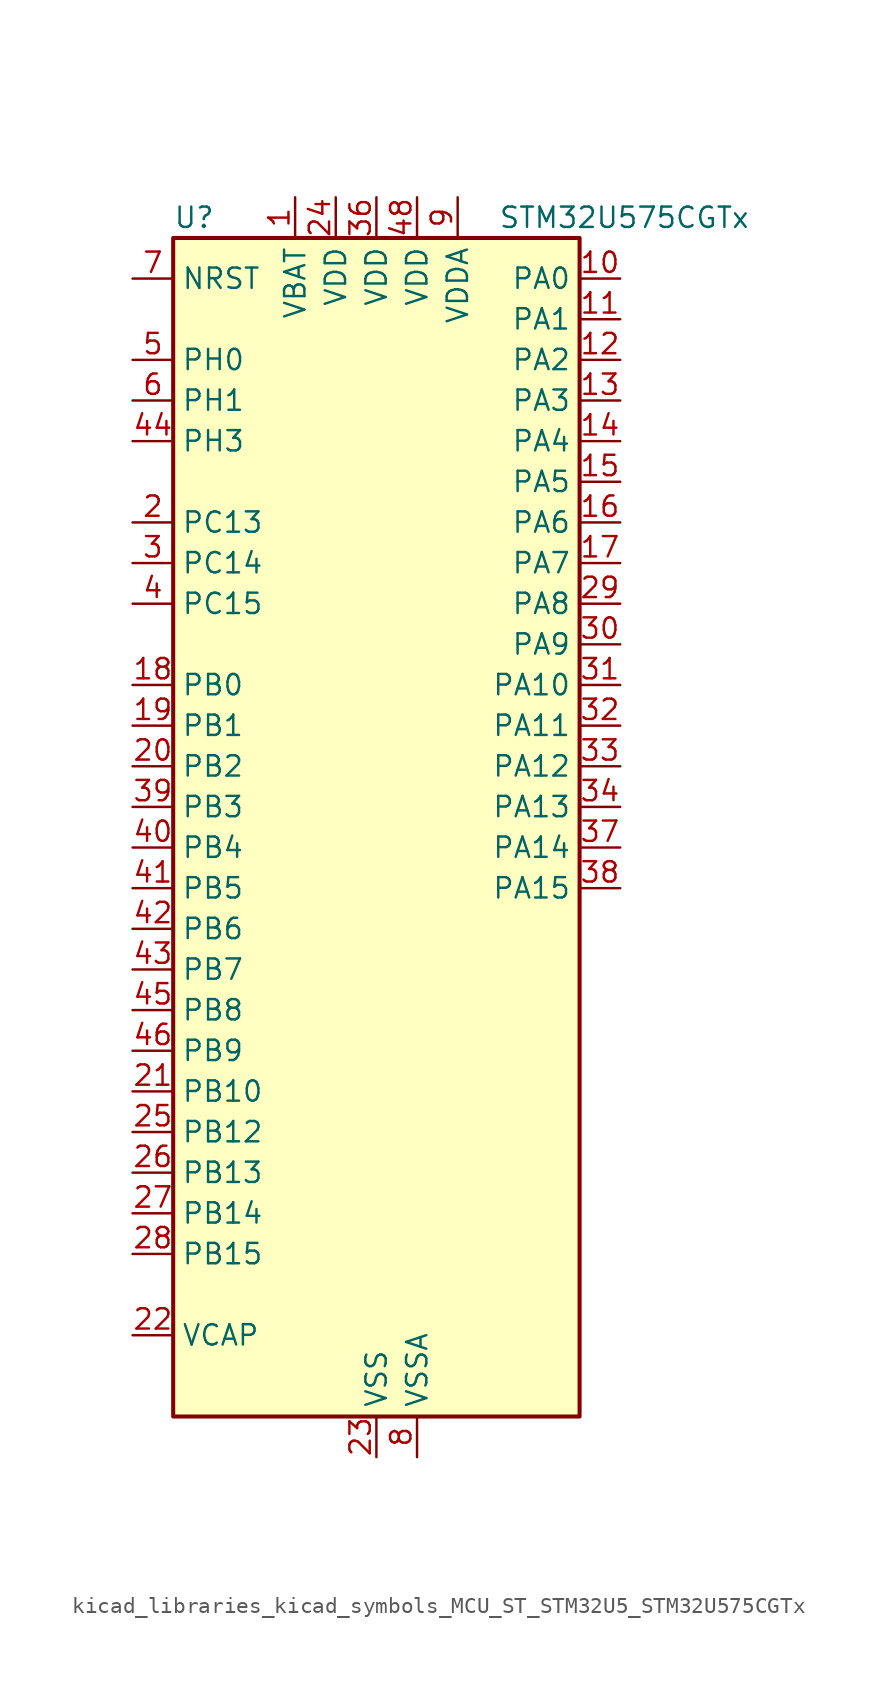
<source format=kicad_sym>
(kicad_symbol_lib
  (version 20220914)
  (generator kicad_symbol_editor)
  (symbol "kicad_libraries_kicad_symbols_MCU_ST_STM32U5_STM32U575CGTx"
    (property "Reference" "U"
      (at -12.7 39.37 0)
      (effects (font (size 1.27 1.27)) (justify left)))
    (property "Value" "STM32U575CGTx"
      (at 7.62 39.37 0)
      (effects (font (size 1.27 1.27)) (justify left)))
    (property "ki_locked" ""
      (at 0 0 0)
      (effects (font (size 1.27 1.27))))
    (symbol "kicad_libraries_kicad_symbols_MCU_ST_STM32U5_STM32U575CGTx_0_1"
      (rectangle (start -12.7 -35.56) (end 12.7 38.1) (stroke (width 0.254) (type default)) (fill (type background))))
    (symbol "kicad_libraries_kicad_symbols_MCU_ST_STM32U5_STM32U575CGTx_1_1"
      (pin power_in line (at -5.08 40.64 270) (length 2.54) (name "VBAT" (effects (font (size 1.27 1.27)))) (number "1" (effects (font (size 1.27 1.27)))))
      (pin bidirectional line (at 15.24 35.56 180) (length 2.54) (name "PA0" (effects (font (size 1.27 1.27)))) (number "10" (effects (font (size 1.27 1.27)))) (alternate "ADC1_IN5" bidirectional line) (alternate "AUDIOCLK" bidirectional line) (alternate "OCTOSPIM_P2_NCS" bidirectional line) (alternate "OPAMP1_VINP" bidirectional line) (alternate "PWR_WKUP1" bidirectional line) (alternate "SPI3_RDY" bidirectional line) (alternate "TAMP_IN2" bidirectional line) (alternate "TAMP_OUT1" bidirectional line) (alternate "TIM2_CH1" bidirectional line) (alternate "TIM2_ETR" bidirectional line) (alternate "TIM5_CH1" bidirectional line) (alternate "TIM8_ETR" bidirectional line) (alternate "UART4_TX" bidirectional line) (alternate "USART2_CTS" bidirectional line))
      (pin bidirectional line (at 15.24 33.02 180) (length 2.54) (name "PA1" (effects (font (size 1.27 1.27)))) (number "11" (effects (font (size 1.27 1.27)))) (alternate "ADC1_IN6" bidirectional line) (alternate "I2C1_SMBA" bidirectional line) (alternate "LPTIM1_CH2" bidirectional line) (alternate "OCTOSPIM_P1_DQS" bidirectional line) (alternate "OPAMP1_VINM" bidirectional line) (alternate "PWR_WKUP3" bidirectional line) (alternate "SPI1_SCK" bidirectional line) (alternate "TAMP_IN5" bidirectional line) (alternate "TAMP_OUT4" bidirectional line) (alternate "TIM15_CH1N" bidirectional line) (alternate "TIM2_CH2" bidirectional line) (alternate "TIM5_CH2" bidirectional line) (alternate "UART4_RX" bidirectional line) (alternate "USART2_DE" bidirectional line) (alternate "USART2_RTS" bidirectional line))
      (pin bidirectional line (at 15.24 30.48 180) (length 2.54) (name "PA2" (effects (font (size 1.27 1.27)))) (number "12" (effects (font (size 1.27 1.27)))) (alternate "ADC1_IN7" bidirectional line) (alternate "COMP1_INP" bidirectional line) (alternate "LPUART1_TX" bidirectional line) (alternate "OCTOSPIM_P1_NCS" bidirectional line) (alternate "PWR_WKUP4" bidirectional line) (alternate "RCC_LSCO" bidirectional line) (alternate "SPI1_RDY" bidirectional line) (alternate "TIM15_CH1" bidirectional line) (alternate "TIM2_CH3" bidirectional line) (alternate "TIM5_CH3" bidirectional line) (alternate "UCPD1_FRSTX1" bidirectional line) (alternate "USART2_TX" bidirectional line))
      (pin bidirectional line (at 15.24 27.94 180) (length 2.54) (name "PA3" (effects (font (size 1.27 1.27)))) (number "13" (effects (font (size 1.27 1.27)))) (alternate "ADC1_IN8" bidirectional line) (alternate "LPUART1_RX" bidirectional line) (alternate "OCTOSPIM_P1_CLK" bidirectional line) (alternate "OPAMP1_VOUT" bidirectional line) (alternate "PWR_WKUP5" bidirectional line) (alternate "SAI1_CK1" bidirectional line) (alternate "SAI1_MCLK_A" bidirectional line) (alternate "TIM15_CH2" bidirectional line) (alternate "TIM2_CH4" bidirectional line) (alternate "TIM5_CH4" bidirectional line) (alternate "USART2_RX" bidirectional line))
      (pin bidirectional line (at 15.24 25.4 180) (length 2.54) (name "PA4" (effects (font (size 1.27 1.27)))) (number "14" (effects (font (size 1.27 1.27)))) (alternate "ADC1_IN9" bidirectional line) (alternate "ADC4_IN9" bidirectional line) (alternate "DAC1_OUT1" bidirectional line) (alternate "LPTIM2_CH1" bidirectional line) (alternate "OCTOSPIM_P1_NCS" bidirectional line) (alternate "PWR_WKUP2" bidirectional line) (alternate "SAI1_FS_B" bidirectional line) (alternate "SPI1_NSS" bidirectional line) (alternate "SPI3_NSS" bidirectional line) (alternate "USART2_CK" bidirectional line))
      (pin bidirectional line (at 15.24 22.86 180) (length 2.54) (name "PA5" (effects (font (size 1.27 1.27)))) (number "15" (effects (font (size 1.27 1.27)))) (alternate "ADC1_IN10" bidirectional line) (alternate "ADC4_IN10" bidirectional line) (alternate "DAC1_OUT2" bidirectional line) (alternate "LPTIM2_ETR" bidirectional line) (alternate "PWR_CSLEEP" bidirectional line) (alternate "PWR_WKUP6" bidirectional line) (alternate "SPI1_SCK" bidirectional line) (alternate "TIM2_CH1" bidirectional line) (alternate "TIM2_ETR" bidirectional line) (alternate "TIM8_CH1N" bidirectional line) (alternate "USART3_RX" bidirectional line))
      (pin bidirectional line (at 15.24 20.32 180) (length 2.54) (name "PA6" (effects (font (size 1.27 1.27)))) (number "16" (effects (font (size 1.27 1.27)))) (alternate "ADC1_IN11" bidirectional line) (alternate "ADC4_IN11" bidirectional line) (alternate "LPUART1_CTS" bidirectional line) (alternate "OCTOSPIM_P1_IO3" bidirectional line) (alternate "OPAMP2_VINP" bidirectional line) (alternate "PWR_CDSTOP" bidirectional line) (alternate "PWR_WKUP7" bidirectional line) (alternate "SPI1_MISO" bidirectional line) (alternate "TIM16_CH1" bidirectional line) (alternate "TIM1_BKIN" bidirectional line) (alternate "TIM3_CH1" bidirectional line) (alternate "TIM8_BKIN" bidirectional line) (alternate "USART3_CTS" bidirectional line))
      (pin bidirectional line (at 15.24 17.78 180) (length 2.54) (name "PA7" (effects (font (size 1.27 1.27)))) (number "17" (effects (font (size 1.27 1.27)))) (alternate "ADC1_IN12" bidirectional line) (alternate "ADC4_IN20" bidirectional line) (alternate "I2C3_SCL" bidirectional line) (alternate "LPTIM2_CH2" bidirectional line) (alternate "OCTOSPIM_P1_IO2" bidirectional line) (alternate "OPAMP2_VINM" bidirectional line) (alternate "PWR_SRDSTOP" bidirectional line) (alternate "PWR_WKUP8" bidirectional line) (alternate "SPI1_MOSI" bidirectional line) (alternate "TIM17_CH1" bidirectional line) (alternate "TIM1_CH1N" bidirectional line) (alternate "TIM3_CH2" bidirectional line) (alternate "TIM8_CH1N" bidirectional line) (alternate "USART3_TX" bidirectional line))
      (pin bidirectional line (at -15.24 10.16 0) (length 2.54) (name "PB0" (effects (font (size 1.27 1.27)))) (number "18" (effects (font (size 1.27 1.27)))) (alternate "ADC1_IN15" bidirectional line) (alternate "ADC4_IN18" bidirectional line) (alternate "AUDIOCLK" bidirectional line) (alternate "COMP1_OUT" bidirectional line) (alternate "LPTIM3_CH1" bidirectional line) (alternate "OCTOSPIM_P1_IO1" bidirectional line) (alternate "OPAMP2_VOUT" bidirectional line) (alternate "SPI1_NSS" bidirectional line) (alternate "TIM1_CH2N" bidirectional line) (alternate "TIM3_CH3" bidirectional line) (alternate "TIM8_CH2N" bidirectional line) (alternate "USART3_CK" bidirectional line))
      (pin bidirectional line (at -15.24 7.62 0) (length 2.54) (name "PB1" (effects (font (size 1.27 1.27)))) (number "19" (effects (font (size 1.27 1.27)))) (alternate "ADC1_IN16" bidirectional line) (alternate "ADC4_IN19" bidirectional line) (alternate "COMP1_INM" bidirectional line) (alternate "LPTIM2_IN1" bidirectional line) (alternate "LPTIM3_CH2" bidirectional line) (alternate "LPUART1_DE" bidirectional line) (alternate "LPUART1_RTS" bidirectional line) (alternate "MDF1_SDI0" bidirectional line) (alternate "OCTOSPIM_P1_IO0" bidirectional line) (alternate "PWR_WKUP4" bidirectional line) (alternate "TIM1_CH3N" bidirectional line) (alternate "TIM3_CH4" bidirectional line) (alternate "TIM8_CH3N" bidirectional line) (alternate "USART3_DE" bidirectional line) (alternate "USART3_RTS" bidirectional line))
      (pin bidirectional line (at -15.24 20.32 0) (length 2.54) (name "PC13" (effects (font (size 1.27 1.27)))) (number "2" (effects (font (size 1.27 1.27)))) (alternate "PWR_WKUP2" bidirectional line) (alternate "RTC_OUT1" bidirectional line) (alternate "RTC_TS" bidirectional line) (alternate "TAMP_IN1" bidirectional line) (alternate "TAMP_OUT2" bidirectional line))
      (pin bidirectional line (at -15.24 5.08 0) (length 2.54) (name "PB2" (effects (font (size 1.27 1.27)))) (number "20" (effects (font (size 1.27 1.27)))) (alternate "ADC1_IN17" bidirectional line) (alternate "COMP1_INP" bidirectional line) (alternate "I2C3_SMBA" bidirectional line) (alternate "LPTIM1_CH1" bidirectional line) (alternate "MDF1_CKI0" bidirectional line) (alternate "OCTOSPIM_P1_DQS" bidirectional line) (alternate "PWR_WKUP1" bidirectional line) (alternate "RTC_OUT2" bidirectional line) (alternate "SPI1_RDY" bidirectional line) (alternate "TIM8_CH4N" bidirectional line) (alternate "UCPD1_FRSTX1" bidirectional line))
      (pin bidirectional line (at -15.24 -15.24 0) (length 2.54) (name "PB10" (effects (font (size 1.27 1.27)))) (number "21" (effects (font (size 1.27 1.27)))) (alternate "COMP1_OUT" bidirectional line) (alternate "I2C2_SCL" bidirectional line) (alternate "I2C4_SCL" bidirectional line) (alternate "LPTIM3_CH1" bidirectional line) (alternate "LPUART1_RX" bidirectional line) (alternate "OCTOSPIM_P1_CLK" bidirectional line) (alternate "PWR_WKUP8" bidirectional line) (alternate "SAI1_SCK_A" bidirectional line) (alternate "SPI2_SCK" bidirectional line) (alternate "TIM2_CH3" bidirectional line) (alternate "TSC_SYNC" bidirectional line) (alternate "USART3_TX" bidirectional line))
      (pin power_out line (at -15.24 -30.48 0) (length 2.54) (name "VCAP" (effects (font (size 1.27 1.27)))) (number "22" (effects (font (size 1.27 1.27)))))
      (pin power_in line (at 0 -38.1 90) (length 2.54) (name "VSS" (effects (font (size 1.27 1.27)))) (number "23" (effects (font (size 1.27 1.27)))))
      (pin power_in line (at -2.54 40.64 270) (length 2.54) (name "VDD" (effects (font (size 1.27 1.27)))) (number "24" (effects (font (size 1.27 1.27)))))
      (pin bidirectional line (at -15.24 -17.78 0) (length 2.54) (name "PB12" (effects (font (size 1.27 1.27)))) (number "25" (effects (font (size 1.27 1.27)))) (alternate "I2C2_SMBA" bidirectional line) (alternate "LPUART1_DE" bidirectional line) (alternate "LPUART1_RTS" bidirectional line) (alternate "MDF1_SDI1" bidirectional line) (alternate "OCTOSPIM_P1_NCLK" bidirectional line) (alternate "SPI2_NSS" bidirectional line) (alternate "TIM15_BKIN" bidirectional line) (alternate "TIM1_BKIN" bidirectional line) (alternate "TSC_G1_IO1" bidirectional line) (alternate "USART3_CK" bidirectional line))
      (pin bidirectional line (at -15.24 -20.32 0) (length 2.54) (name "PB13" (effects (font (size 1.27 1.27)))) (number "26" (effects (font (size 1.27 1.27)))) (alternate "I2C2_SCL" bidirectional line) (alternate "LPTIM3_IN1" bidirectional line) (alternate "LPUART1_CTS" bidirectional line) (alternate "MDF1_CKI1" bidirectional line) (alternate "SPI2_SCK" bidirectional line) (alternate "TIM15_CH1N" bidirectional line) (alternate "TIM1_CH1N" bidirectional line) (alternate "TSC_G1_IO2" bidirectional line) (alternate "USART3_CTS" bidirectional line))
      (pin bidirectional line (at -15.24 -22.86 0) (length 2.54) (name "PB14" (effects (font (size 1.27 1.27)))) (number "27" (effects (font (size 1.27 1.27)))) (alternate "I2C2_SDA" bidirectional line) (alternate "LPTIM3_ETR" bidirectional line) (alternate "MDF1_SDI2" bidirectional line) (alternate "SPI2_MISO" bidirectional line) (alternate "TIM15_CH1" bidirectional line) (alternate "TIM1_CH2N" bidirectional line) (alternate "TIM8_CH2N" bidirectional line) (alternate "TSC_G1_IO3" bidirectional line) (alternate "UCPD1_DBCC2" bidirectional line) (alternate "USART3_DE" bidirectional line) (alternate "USART3_RTS" bidirectional line))
      (pin bidirectional line (at -15.24 -25.4 0) (length 2.54) (name "PB15" (effects (font (size 1.27 1.27)))) (number "28" (effects (font (size 1.27 1.27)))) (alternate "ADC1_EXTI15" bidirectional line) (alternate "ADC4_EXTI15" bidirectional line) (alternate "LPTIM2_IN2" bidirectional line) (alternate "MDF1_CKI2" bidirectional line) (alternate "PWR_WKUP7" bidirectional line) (alternate "RTC_REFIN" bidirectional line) (alternate "SPI2_MOSI" bidirectional line) (alternate "TIM15_CH2" bidirectional line) (alternate "TIM1_CH3N" bidirectional line) (alternate "TIM8_CH3N" bidirectional line) (alternate "UCPD1_CC2" bidirectional line))
      (pin bidirectional line (at 15.24 15.24 180) (length 2.54) (name "PA8" (effects (font (size 1.27 1.27)))) (number "29" (effects (font (size 1.27 1.27)))) (alternate "DEBUG_TRACECLK" bidirectional line) (alternate "LPTIM2_CH1" bidirectional line) (alternate "RCC_MCO" bidirectional line) (alternate "SAI1_CK2" bidirectional line) (alternate "SAI1_SCK_A" bidirectional line) (alternate "SPI1_RDY" bidirectional line) (alternate "TIM1_CH1" bidirectional line) (alternate "USART1_CK" bidirectional line) (alternate "USB_OTG_FS_SOF" bidirectional line))
      (pin bidirectional line (at -15.24 17.78 0) (length 2.54) (name "PC14" (effects (font (size 1.27 1.27)))) (number "3" (effects (font (size 1.27 1.27)))) (alternate "RCC_OSC32_IN" bidirectional line))
      (pin bidirectional line (at 15.24 12.7 180) (length 2.54) (name "PA9" (effects (font (size 1.27 1.27)))) (number "30" (effects (font (size 1.27 1.27)))) (alternate "DAC1_EXTI9" bidirectional line) (alternate "SAI1_FS_A" bidirectional line) (alternate "SPI2_SCK" bidirectional line) (alternate "TIM15_BKIN" bidirectional line) (alternate "TIM1_CH2" bidirectional line) (alternate "USART1_TX" bidirectional line) (alternate "USB_OTG_FS_VBUS" bidirectional line))
      (pin bidirectional line (at 15.24 10.16 180) (length 2.54) (name "PA10" (effects (font (size 1.27 1.27)))) (number "31" (effects (font (size 1.27 1.27)))) (alternate "CRS_SYNC" bidirectional line) (alternate "LPTIM2_IN2" bidirectional line) (alternate "SAI1_D1" bidirectional line) (alternate "SAI1_SD_A" bidirectional line) (alternate "TIM17_BKIN" bidirectional line) (alternate "TIM1_CH3" bidirectional line) (alternate "USART1_RX" bidirectional line) (alternate "USB_OTG_FS_ID" bidirectional line))
      (pin bidirectional line (at 15.24 7.62 180) (length 2.54) (name "PA11" (effects (font (size 1.27 1.27)))) (number "32" (effects (font (size 1.27 1.27)))) (alternate "ADC1_EXTI11" bidirectional line) (alternate "FDCAN1_RX" bidirectional line) (alternate "SPI1_MISO" bidirectional line) (alternate "TIM1_BKIN2" bidirectional line) (alternate "TIM1_CH4" bidirectional line) (alternate "USART1_CTS" bidirectional line) (alternate "USB_OTG_FS_DM" bidirectional line))
      (pin bidirectional line (at 15.24 5.08 180) (length 2.54) (name "PA12" (effects (font (size 1.27 1.27)))) (number "33" (effects (font (size 1.27 1.27)))) (alternate "FDCAN1_TX" bidirectional line) (alternate "OCTOSPIM_P2_NCS" bidirectional line) (alternate "SPI1_MOSI" bidirectional line) (alternate "TIM1_ETR" bidirectional line) (alternate "USART1_DE" bidirectional line) (alternate "USART1_RTS" bidirectional line) (alternate "USB_OTG_FS_DP" bidirectional line))
      (pin bidirectional line (at 15.24 2.54 180) (length 2.54) (name "PA13" (effects (font (size 1.27 1.27)))) (number "34" (effects (font (size 1.27 1.27)))) (alternate "DEBUG_JTMS-SWDIO" bidirectional line) (alternate "IR_OUT" bidirectional line) (alternate "SAI1_SD_B" bidirectional line) (alternate "USB_OTG_FS_NOE" bidirectional line))
      (pin passive line (at 0 -38.1 90) (length 2.54) hide (name "VSS" (effects (font (size 1.27 1.27)))) (number "35" (effects (font (size 1.27 1.27)))))
      (pin power_in line (at 0 40.64 270) (length 2.54) (name "VDD" (effects (font (size 1.27 1.27)))) (number "36" (effects (font (size 1.27 1.27)))))
      (pin bidirectional line (at 15.24 0 180) (length 2.54) (name "PA14" (effects (font (size 1.27 1.27)))) (number "37" (effects (font (size 1.27 1.27)))) (alternate "DEBUG_JTCK-SWCLK" bidirectional line) (alternate "I2C1_SMBA" bidirectional line) (alternate "I2C4_SMBA" bidirectional line) (alternate "LPTIM1_CH1" bidirectional line) (alternate "SAI1_FS_B" bidirectional line) (alternate "USB_OTG_FS_SOF" bidirectional line))
      (pin bidirectional line (at 15.24 -2.54 180) (length 2.54) (name "PA15" (effects (font (size 1.27 1.27)))) (number "38" (effects (font (size 1.27 1.27)))) (alternate "ADC1_EXTI15" bidirectional line) (alternate "ADC4_EXTI15" bidirectional line) (alternate "DEBUG_JTDI" bidirectional line) (alternate "SPI1_NSS" bidirectional line) (alternate "SPI3_NSS" bidirectional line) (alternate "TIM2_CH1" bidirectional line) (alternate "TIM2_ETR" bidirectional line) (alternate "UART4_DE" bidirectional line) (alternate "UART4_RTS" bidirectional line) (alternate "UCPD1_CC1" bidirectional line) (alternate "USART2_RX" bidirectional line) (alternate "USART3_DE" bidirectional line) (alternate "USART3_RTS" bidirectional line))
      (pin bidirectional line (at -15.24 2.54 0) (length 2.54) (name "PB3" (effects (font (size 1.27 1.27)))) (number "39" (effects (font (size 1.27 1.27)))) (alternate "ADF1_CCK0" bidirectional line) (alternate "COMP2_INM" bidirectional line) (alternate "CRS_SYNC" bidirectional line) (alternate "DEBUG_JTDO-SWO" bidirectional line) (alternate "I2C1_SDA" bidirectional line) (alternate "LPTIM1_CH1" bidirectional line) (alternate "SAI1_SCK_B" bidirectional line) (alternate "SPI1_SCK" bidirectional line) (alternate "SPI3_SCK" bidirectional line) (alternate "TIM2_CH2" bidirectional line) (alternate "USART1_DE" bidirectional line) (alternate "USART1_RTS" bidirectional line))
      (pin bidirectional line (at -15.24 15.24 0) (length 2.54) (name "PC15" (effects (font (size 1.27 1.27)))) (number "4" (effects (font (size 1.27 1.27)))) (alternate "ADC1_EXTI15" bidirectional line) (alternate "ADC4_EXTI15" bidirectional line) (alternate "RCC_OSC32_OUT" bidirectional line))
      (pin bidirectional line (at -15.24 0 0) (length 2.54) (name "PB4" (effects (font (size 1.27 1.27)))) (number "40" (effects (font (size 1.27 1.27)))) (alternate "ADF1_SDI0" bidirectional line) (alternate "COMP2_INP" bidirectional line) (alternate "DEBUG_JTRST" bidirectional line) (alternate "I2C3_SDA" bidirectional line) (alternate "LPTIM1_CH2" bidirectional line) (alternate "SAI1_MCLK_B" bidirectional line) (alternate "SPI1_MISO" bidirectional line) (alternate "SPI3_MISO" bidirectional line) (alternate "TIM17_BKIN" bidirectional line) (alternate "TIM3_CH1" bidirectional line) (alternate "TSC_G2_IO1" bidirectional line) (alternate "USART1_CTS" bidirectional line))
      (pin bidirectional line (at -15.24 -2.54 0) (length 2.54) (name "PB5" (effects (font (size 1.27 1.27)))) (number "41" (effects (font (size 1.27 1.27)))) (alternate "COMP2_OUT" bidirectional line) (alternate "I2C1_SMBA" bidirectional line) (alternate "LPTIM1_IN1" bidirectional line) (alternate "OCTOSPIM_P1_NCLK" bidirectional line) (alternate "PWR_WKUP6" bidirectional line) (alternate "SAI1_SD_B" bidirectional line) (alternate "SPI1_MOSI" bidirectional line) (alternate "SPI3_MOSI" bidirectional line) (alternate "TIM16_BKIN" bidirectional line) (alternate "TIM3_CH2" bidirectional line) (alternate "TSC_G2_IO2" bidirectional line) (alternate "UCPD1_DBCC1" bidirectional line) (alternate "USART1_CK" bidirectional line))
      (pin bidirectional line (at -15.24 -5.08 0) (length 2.54) (name "PB6" (effects (font (size 1.27 1.27)))) (number "42" (effects (font (size 1.27 1.27)))) (alternate "COMP2_INP" bidirectional line) (alternate "I2C1_SCL" bidirectional line) (alternate "I2C4_SCL" bidirectional line) (alternate "LPTIM1_ETR" bidirectional line) (alternate "MDF1_SDI5" bidirectional line) (alternate "PWR_WKUP3" bidirectional line) (alternate "SAI1_FS_B" bidirectional line) (alternate "TIM16_CH1N" bidirectional line) (alternate "TIM4_CH1" bidirectional line) (alternate "TIM8_BKIN2" bidirectional line) (alternate "TSC_G2_IO3" bidirectional line) (alternate "USART1_TX" bidirectional line))
      (pin bidirectional line (at -15.24 -7.62 0) (length 2.54) (name "PB7" (effects (font (size 1.27 1.27)))) (number "43" (effects (font (size 1.27 1.27)))) (alternate "COMP2_INM" bidirectional line) (alternate "I2C1_SDA" bidirectional line) (alternate "I2C4_SDA" bidirectional line) (alternate "LPTIM1_IN2" bidirectional line) (alternate "MDF1_CKI5" bidirectional line) (alternate "PWR_PVD_IN" bidirectional line) (alternate "PWR_WKUP4" bidirectional line) (alternate "TIM17_CH1N" bidirectional line) (alternate "TIM4_CH2" bidirectional line) (alternate "TIM8_BKIN" bidirectional line) (alternate "TSC_G2_IO4" bidirectional line) (alternate "UART4_CTS" bidirectional line) (alternate "USART1_RX" bidirectional line))
      (pin bidirectional line (at -15.24 25.4 0) (length 2.54) (name "PH3" (effects (font (size 1.27 1.27)))) (number "44" (effects (font (size 1.27 1.27)))))
      (pin bidirectional line (at -15.24 -10.16 0) (length 2.54) (name "PB8" (effects (font (size 1.27 1.27)))) (number "45" (effects (font (size 1.27 1.27)))) (alternate "FDCAN1_RX" bidirectional line) (alternate "I2C1_SCL" bidirectional line) (alternate "MDF1_CCK0" bidirectional line) (alternate "PWR_WKUP5" bidirectional line) (alternate "SAI1_CK1" bidirectional line) (alternate "SAI1_MCLK_A" bidirectional line) (alternate "SPI3_RDY" bidirectional line) (alternate "TIM16_CH1" bidirectional line) (alternate "TIM4_CH3" bidirectional line))
      (pin bidirectional line (at -15.24 -12.7 0) (length 2.54) (name "PB9" (effects (font (size 1.27 1.27)))) (number "46" (effects (font (size 1.27 1.27)))) (alternate "DAC1_EXTI9" bidirectional line) (alternate "FDCAN1_TX" bidirectional line) (alternate "I2C1_SDA" bidirectional line) (alternate "IR_OUT" bidirectional line) (alternate "SAI1_D2" bidirectional line) (alternate "SAI1_FS_A" bidirectional line) (alternate "SPI2_NSS" bidirectional line) (alternate "TIM17_CH1" bidirectional line) (alternate "TIM4_CH4" bidirectional line))
      (pin passive line (at 0 -38.1 90) (length 2.54) hide (name "VSS" (effects (font (size 1.27 1.27)))) (number "47" (effects (font (size 1.27 1.27)))))
      (pin power_in line (at 2.54 40.64 270) (length 2.54) (name "VDD" (effects (font (size 1.27 1.27)))) (number "48" (effects (font (size 1.27 1.27)))))
      (pin bidirectional line (at -15.24 30.48 0) (length 2.54) (name "PH0" (effects (font (size 1.27 1.27)))) (number "5" (effects (font (size 1.27 1.27)))) (alternate "RCC_OSC_IN" bidirectional line))
      (pin bidirectional line (at -15.24 27.94 0) (length 2.54) (name "PH1" (effects (font (size 1.27 1.27)))) (number "6" (effects (font (size 1.27 1.27)))) (alternate "RCC_OSC_OUT" bidirectional line))
      (pin input line (at -15.24 35.56 0) (length 2.54) (name "NRST" (effects (font (size 1.27 1.27)))) (number "7" (effects (font (size 1.27 1.27)))))
      (pin power_in line (at 2.54 -38.1 90) (length 2.54) (name "VSSA" (effects (font (size 1.27 1.27)))) (number "8" (effects (font (size 1.27 1.27)))))
      (pin power_in line (at 5.08 40.64 270) (length 2.54) (name "VDDA" (effects (font (size 1.27 1.27)))) (number "9" (effects (font (size 1.27 1.27))))))))
</source>
